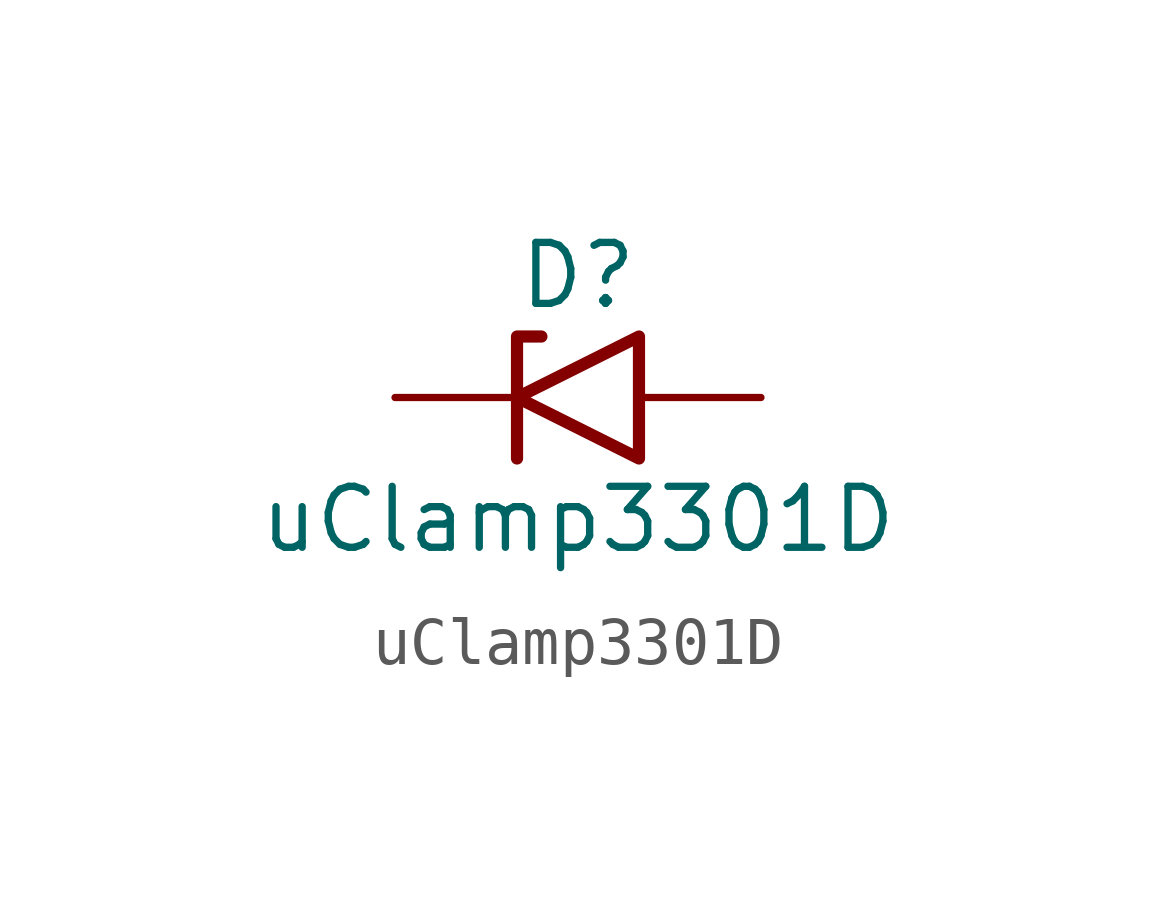
<source format=kicad_sym>
(kicad_symbol_lib
  (version 20201005)
  (generator kicad_symbol_editor)
  (symbol "Diode:uClamp3301D"
    (pin_numbers hide)
    (pin_names
      (offset 1.016) hide)
    (property "Reference" "D"
      (at 0 2.54 0)
      (effects (font (size 1.27 1.27))))
    (property "Value" "uClamp3301D"
      (at 0 -2.54 0)
      (effects (font (size 1.27 1.27))))
    (symbol "uClamp3301D_0_1"
      (polyline (pts (xy -0.762 1.27) (xy -1.27 1.27) (xy -1.27 -1.27)) (stroke (width 0.254)) (fill (type none)))
      (polyline (pts (xy 1.27 1.27) (xy 1.27 -1.27) (xy -1.27 0) (xy 1.27 1.27)) (stroke (width 0.254)) (fill (type none))))
    (symbol "uClamp3301D_1_1"
      (pin passive line (at -3.81 0 0) (length 2.54) (name "A1" (effects (font (size 1.27 1.27)))) (number "1" (effects (font (size 1.27 1.27)))))
      (pin passive line (at 3.81 0 180) (length 2.54) (name "A2" (effects (font (size 1.27 1.27)))) (number "2" (effects (font (size 1.27 1.27))))))))
</source>
